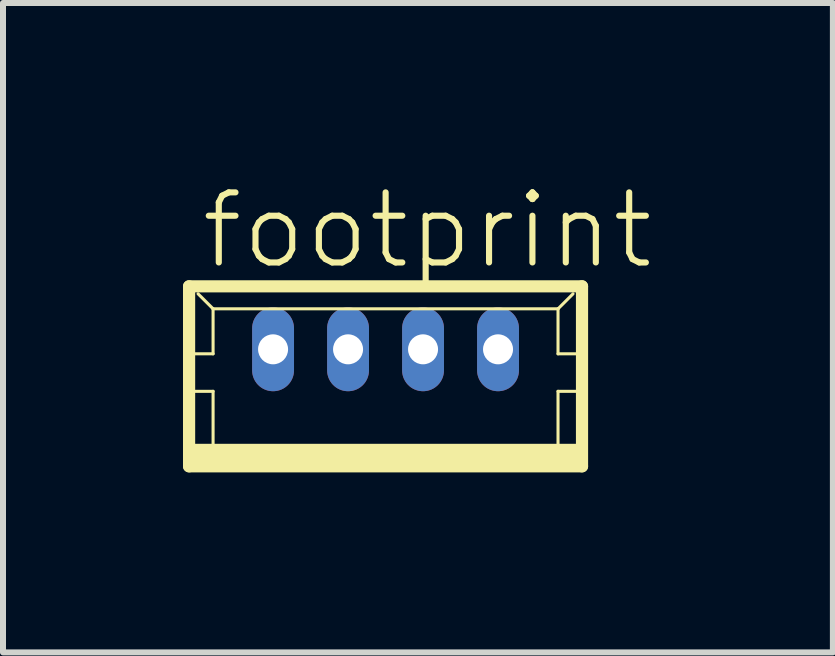
<source format=kicad_pcb>
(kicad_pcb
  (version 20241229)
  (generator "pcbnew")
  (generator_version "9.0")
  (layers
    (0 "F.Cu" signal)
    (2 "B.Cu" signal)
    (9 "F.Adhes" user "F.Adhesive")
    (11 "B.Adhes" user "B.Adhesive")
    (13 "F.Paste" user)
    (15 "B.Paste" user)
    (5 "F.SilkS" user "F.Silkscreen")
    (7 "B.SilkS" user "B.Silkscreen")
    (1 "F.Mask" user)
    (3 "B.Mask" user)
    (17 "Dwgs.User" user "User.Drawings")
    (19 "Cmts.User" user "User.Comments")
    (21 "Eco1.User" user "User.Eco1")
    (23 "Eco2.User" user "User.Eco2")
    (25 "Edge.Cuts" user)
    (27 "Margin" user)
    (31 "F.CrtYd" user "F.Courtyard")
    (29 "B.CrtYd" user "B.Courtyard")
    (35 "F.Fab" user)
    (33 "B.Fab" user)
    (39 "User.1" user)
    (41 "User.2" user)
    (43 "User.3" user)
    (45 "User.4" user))
  (footprint "footprint"
    (layer "F.Cu")
    (at 3.377 3.223)
    (property "Reference" "footprint" (at -3.125 -1.75 0) (layer "F.SilkS") (effects (font (size 1.168 1.168) (thickness 0.102)) (justify left bottom)))
    (fp_line (start -3.275 -1.5) (end -3.275 1.5) (stroke (width 0.203) (type solid)) (layer "F.SilkS"))
    (fp_line (start -3.275 1.5) (end 3.275 1.5) (stroke (width 0.203) (type solid)) (layer "F.SilkS"))
    (fp_line (start -3.25 -0.375) (end -2.875 -0.375) (stroke (width 0.051) (type solid)) (layer "F.SilkS"))
    (fp_line (start -3.25 0.25) (end -2.875 0.25) (stroke (width 0.051) (type solid)) (layer "F.SilkS"))
    (fp_line (start -2.875 -1.125) (end -3.125 -1.375) (stroke (width 0.051) (type solid)) (layer "F.SilkS"))
    (fp_line (start -2.875 -1.125) (end 2.875 -1.125) (stroke (width 0.051) (type solid)) (layer "F.SilkS"))
    (fp_line (start -2.875 -0.375) (end -2.875 -1.125) (stroke (width 0.051) (type solid)) (layer "F.SilkS"))
    (fp_line (start -2.875 0.25) (end -2.875 1.25) (stroke (width 0.051) (type solid)) (layer "F.SilkS"))
    (fp_line (start 2.875 -1.125) (end 2.875 -0.375) (stroke (width 0.051) (type solid)) (layer "F.SilkS"))
    (fp_line (start 2.875 -1.125) (end 3.125 -1.375) (stroke (width 0.051) (type solid)) (layer "F.SilkS"))
    (fp_line (start 2.875 -0.375) (end 3.25 -0.375) (stroke (width 0.051) (type solid)) (layer "F.SilkS"))
    (fp_line (start 2.875 0.25) (end 2.875 1.25) (stroke (width 0.051) (type solid)) (layer "F.SilkS"))
    (fp_line (start 2.875 0.25) (end 3.25 0.25) (stroke (width 0.051) (type solid)) (layer "F.SilkS"))
    (fp_line (start 3.275 -1.5) (end -3.275 -1.5) (stroke (width 0.203) (type solid)) (layer "F.SilkS"))
    (fp_line (start 3.275 1.5) (end 3.275 -1.5) (stroke (width 0.203) (type solid)) (layer "F.SilkS"))
    (fp_poly (pts (xy -3.25 1.5) (xy 3.25 1.5) (xy 3.25 1.125) (xy -3.25 1.125)) (stroke (width 0) (type solid)) (fill yes) (layer "F.SilkS"))
    (pad "1" thru_hole oval (at 1.875 -0.45 90) (size 1.397 0.698) (drill 0.5) (layers "*.Cu" "*.Mask"))
    (pad "2" thru_hole oval (at 0.625 -0.45 90) (size 1.397 0.698) (drill 0.5) (layers "*.Cu" "*.Mask"))
    (pad "3" thru_hole oval (at -0.625 -0.45 90) (size 1.397 0.698) (drill 0.5) (layers "*.Cu" "*.Mask"))
    (pad "4" thru_hole oval (at -1.875 -0.45 90) (size 1.397 0.698) (drill 0.5) (layers "*.Cu" "*.Mask")))
  (gr_rect
    (start -3 -3)
    (end 10.834 7.825)
    (stroke (width 0.1) (type default))
    (fill no)
    (layer "Edge.Cuts")))
</source>
